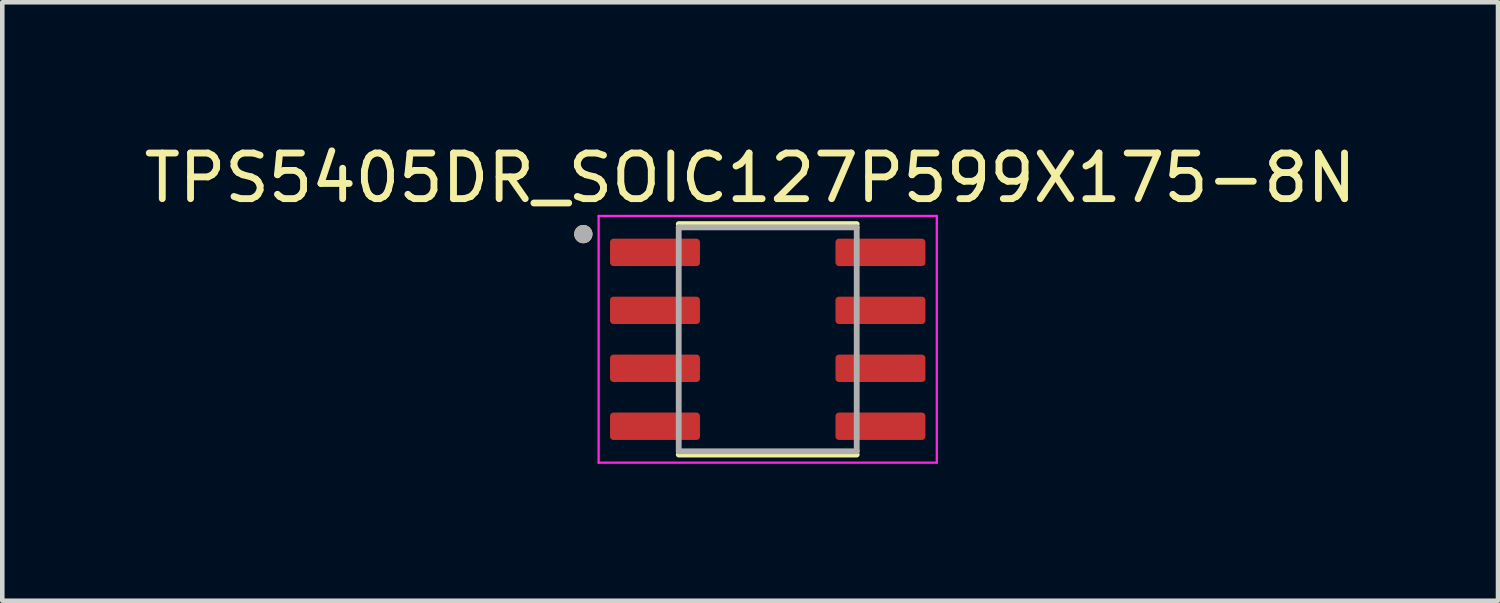
<source format=kicad_pcb>
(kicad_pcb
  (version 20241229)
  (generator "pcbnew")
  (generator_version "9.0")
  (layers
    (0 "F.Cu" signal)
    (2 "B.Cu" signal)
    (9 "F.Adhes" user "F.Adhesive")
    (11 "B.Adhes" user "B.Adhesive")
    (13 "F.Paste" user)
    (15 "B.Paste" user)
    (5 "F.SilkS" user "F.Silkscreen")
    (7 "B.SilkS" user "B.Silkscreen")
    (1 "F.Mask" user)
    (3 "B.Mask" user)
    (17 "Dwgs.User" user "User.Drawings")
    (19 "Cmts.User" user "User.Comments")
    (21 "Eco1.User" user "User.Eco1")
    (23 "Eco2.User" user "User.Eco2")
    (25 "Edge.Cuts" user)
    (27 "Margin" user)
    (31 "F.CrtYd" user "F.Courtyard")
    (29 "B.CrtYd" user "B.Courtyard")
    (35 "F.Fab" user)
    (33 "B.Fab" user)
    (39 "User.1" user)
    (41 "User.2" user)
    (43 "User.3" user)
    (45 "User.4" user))
  (footprint "TPS5405DR_SOIC127P599X175-8N"
    (layer "F.Cu")
    (at 13.772 4.385)
    (property "Reference" "TPS5405DR_SOIC127P599X175-8N" (at -0.385 -3.537 0) (layer "F.SilkS") (effects (font (size 1 1) (thickness 0.15))))
    (attr smd)
    (fp_line (start -1.95 -2.525) (end 1.95 -2.525) (stroke (width 0.127) (type solid)) (layer "F.SilkS"))
    (fp_line (start -1.95 2.525) (end 1.95 2.525) (stroke (width 0.127) (type solid)) (layer "F.SilkS"))
    (fp_circle (center -4.04 -2.305) (end -3.94 -2.305) (stroke (width 0.2) (type solid)) (fill no) (layer "F.SilkS"))
    (fp_line (start -3.705 -2.703) (end -3.705 2.703) (stroke (width 0.05) (type solid)) (layer "F.CrtYd"))
    (fp_line (start -3.705 -2.703) (end 3.705 -2.703) (stroke (width 0.05) (type solid)) (layer "F.CrtYd"))
    (fp_line (start -3.705 2.703) (end 3.705 2.703) (stroke (width 0.05) (type solid)) (layer "F.CrtYd"))
    (fp_line (start 3.705 -2.703) (end 3.705 2.703) (stroke (width 0.05) (type solid)) (layer "F.CrtYd"))
    (fp_line (start -1.95 -2.453) (end -1.95 2.453) (stroke (width 0.127) (type solid)) (layer "F.Fab"))
    (fp_line (start -1.95 -2.453) (end 1.95 -2.453) (stroke (width 0.127) (type solid)) (layer "F.Fab"))
    (fp_line (start -1.95 2.453) (end 1.95 2.453) (stroke (width 0.127) (type solid)) (layer "F.Fab"))
    (fp_line (start 1.95 -2.453) (end 1.95 2.453) (stroke (width 0.127) (type solid)) (layer "F.Fab"))
    (fp_circle (center -4.04 -2.305) (end -3.94 -2.305) (stroke (width 0.2) (type solid)) (fill no) (layer "F.Fab"))
    (pad "1" smd roundrect (at -2.47 -1.905) (size 1.97 0.6) (layers "F.Cu" "F.Mask" "F.Paste") (roundrect_rratio 0.125))
    (pad "2" smd roundrect (at -2.47 -0.635) (size 1.97 0.6) (layers "F.Cu" "F.Mask" "F.Paste") (roundrect_rratio 0.125))
    (pad "3" smd roundrect (at -2.47 0.635) (size 1.97 0.6) (layers "F.Cu" "F.Mask" "F.Paste") (roundrect_rratio 0.125))
    (pad "4" smd roundrect (at -2.47 1.905) (size 1.97 0.6) (layers "F.Cu" "F.Mask" "F.Paste") (roundrect_rratio 0.125))
    (pad "5" smd roundrect (at 2.47 1.905) (size 1.97 0.6) (layers "F.Cu" "F.Mask" "F.Paste") (roundrect_rratio 0.125))
    (pad "6" smd roundrect (at 2.47 0.635) (size 1.97 0.6) (layers "F.Cu" "F.Mask" "F.Paste") (roundrect_rratio 0.125))
    (pad "7" smd roundrect (at 2.47 -0.635) (size 1.97 0.6) (layers "F.Cu" "F.Mask" "F.Paste") (roundrect_rratio 0.125))
    (pad "8" smd roundrect (at 2.47 -1.905) (size 1.97 0.6) (layers "F.Cu" "F.Mask" "F.Paste") (roundrect_rratio 0.125)))
  (gr_rect
    (start -3 -3)
    (end 29.774 10.113)
    (stroke (width 0.1) (type default))
    (fill no)
    (layer "Edge.Cuts")))
</source>
